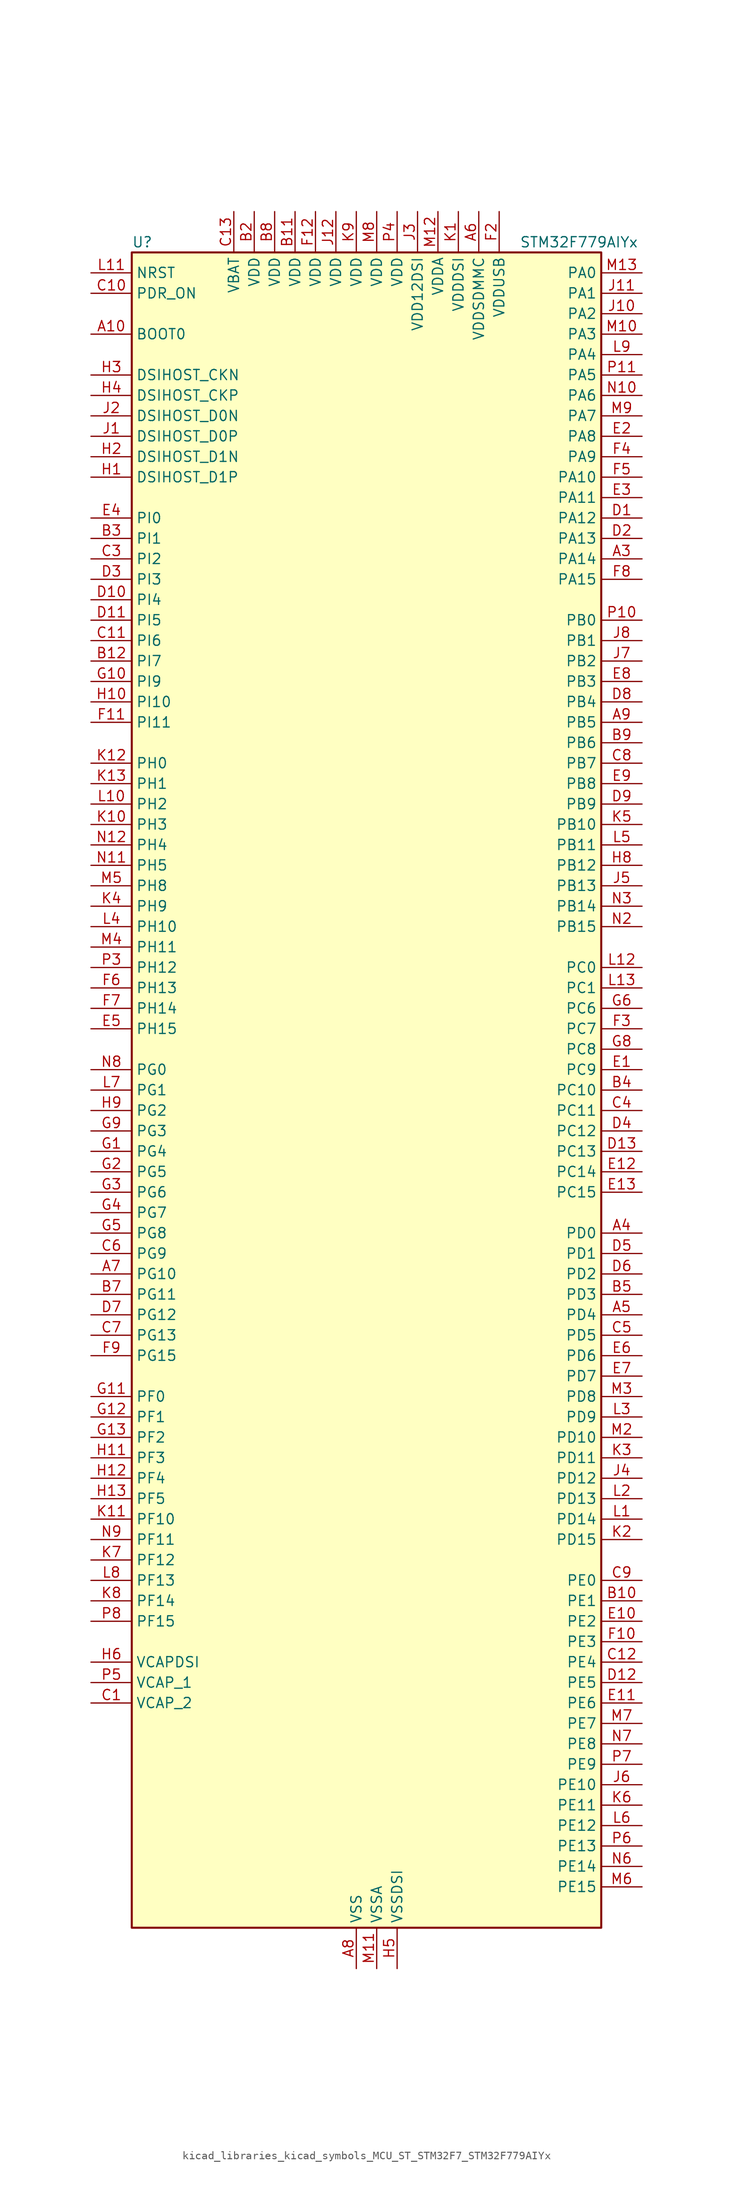
<source format=kicad_sym>
(kicad_symbol_lib
  (version 20220914)
  (generator kicad_symbol_editor)
  (symbol "kicad_libraries_kicad_symbols_MCU_ST_STM32F7_STM32F779AIYx"
    (property "Reference" "U"
      (at -27.94 105.41 0)
      (effects (font (size 1.27 1.27)) (justify left)))
    (property "Value" "STM32F779AIYx"
      (at 20.32 105.41 0)
      (effects (font (size 1.27 1.27)) (justify left)))
    (property "ki_locked" ""
      (at 0 0 0)
      (effects (font (size 1.27 1.27))))
    (symbol "kicad_libraries_kicad_symbols_MCU_ST_STM32F7_STM32F779AIYx_0_1"
      (rectangle (start -27.94 -104.14) (end 30.48 104.14) (stroke (width 0.254) (type default)) (fill (type background))))
    (symbol "kicad_libraries_kicad_symbols_MCU_ST_STM32F7_STM32F779AIYx_1_1"
      (pin no_connect line (at -27.94 -104.14 0) (length 5.08) hide (name "NC" (effects (font (size 1.27 1.27)))) (number "A1" (effects (font (size 1.27 1.27)))))
      (pin input line (at -33.02 93.98 0) (length 5.08) (name "BOOT0" (effects (font (size 1.27 1.27)))) (number "A10" (effects (font (size 1.27 1.27)))))
      (pin passive line (at 0 -109.22 90) (length 5.08) hide (name "VSS" (effects (font (size 1.27 1.27)))) (number "A11" (effects (font (size 1.27 1.27)))))
      (pin no_connect line (at -27.94 -99.06 0) (length 5.08) hide (name "NC" (effects (font (size 1.27 1.27)))) (number "A12" (effects (font (size 1.27 1.27)))))
      (pin no_connect line (at -27.94 -96.52 0) (length 5.08) hide (name "NC" (effects (font (size 1.27 1.27)))) (number "A13" (effects (font (size 1.27 1.27)))))
      (pin no_connect line (at -27.94 -101.6 0) (length 5.08) hide (name "NC" (effects (font (size 1.27 1.27)))) (number "A2" (effects (font (size 1.27 1.27)))))
      (pin bidirectional line (at 35.56 66.04 180) (length 5.08) (name "PA14" (effects (font (size 1.27 1.27)))) (number "A3" (effects (font (size 1.27 1.27)))) (alternate "SYS_JTCK-SWCLK" bidirectional line))
      (pin bidirectional line (at 35.56 -17.78 180) (length 5.08) (name "PD0" (effects (font (size 1.27 1.27)))) (number "A4" (effects (font (size 1.27 1.27)))) (alternate "CAN1_RX" bidirectional line) (alternate "DFSDM1_CKIN6" bidirectional line) (alternate "DFSDM1_DATIN7" bidirectional line) (alternate "FMC_D2" bidirectional line) (alternate "FMC_DA2" bidirectional line) (alternate "UART4_RX" bidirectional line))
      (pin bidirectional line (at 35.56 -27.94 180) (length 5.08) (name "PD4" (effects (font (size 1.27 1.27)))) (number "A5" (effects (font (size 1.27 1.27)))) (alternate "DFSDM1_CKIN0" bidirectional line) (alternate "FMC_NOE" bidirectional line) (alternate "USART2_DE" bidirectional line) (alternate "USART2_RTS" bidirectional line))
      (pin power_in line (at 15.24 109.22 270) (length 5.08) (name "VDDSDMMC" (effects (font (size 1.27 1.27)))) (number "A6" (effects (font (size 1.27 1.27)))))
      (pin bidirectional line (at -33.02 -22.86 0) (length 5.08) (name "PG10" (effects (font (size 1.27 1.27)))) (number "A7" (effects (font (size 1.27 1.27)))) (alternate "DCMI_D2" bidirectional line) (alternate "FMC_NE3" bidirectional line) (alternate "I2S1_WS" bidirectional line) (alternate "LTDC_B2" bidirectional line) (alternate "LTDC_G3" bidirectional line) (alternate "SAI2_SD_B" bidirectional line) (alternate "SDMMC2_D1" bidirectional line) (alternate "SPI1_NSS" bidirectional line))
      (pin power_in line (at 0 -109.22 90) (length 5.08) (name "VSS" (effects (font (size 1.27 1.27)))) (number "A8" (effects (font (size 1.27 1.27)))))
      (pin bidirectional line (at 35.56 45.72 180) (length 5.08) (name "PB5" (effects (font (size 1.27 1.27)))) (number "A9" (effects (font (size 1.27 1.27)))) (alternate "CAN2_RX" bidirectional line) (alternate "DCMI_D10" bidirectional line) (alternate "FMC_SDCKE1" bidirectional line) (alternate "I2C1_SMBA" bidirectional line) (alternate "I2S1_SD" bidirectional line) (alternate "I2S3_SD" bidirectional line) (alternate "LTDC_G7" bidirectional line) (alternate "SPI1_MOSI" bidirectional line) (alternate "SPI3_MOSI" bidirectional line) (alternate "SPI6_MOSI" bidirectional line) (alternate "TIM3_CH2" bidirectional line) (alternate "UART5_RX" bidirectional line) (alternate "USB_OTG_HS_ULPI_D7" bidirectional line))
      (pin no_connect line (at -27.94 -93.98 0) (length 5.08) hide (name "NC" (effects (font (size 1.27 1.27)))) (number "B1" (effects (font (size 1.27 1.27)))))
      (pin bidirectional line (at 35.56 -63.5 180) (length 5.08) (name "PE1" (effects (font (size 1.27 1.27)))) (number "B10" (effects (font (size 1.27 1.27)))) (alternate "DCMI_D3" bidirectional line) (alternate "FMC_NBL1" bidirectional line) (alternate "LPTIM1_IN2" bidirectional line) (alternate "UART8_TX" bidirectional line))
      (pin power_in line (at -7.62 109.22 270) (length 5.08) (name "VDD" (effects (font (size 1.27 1.27)))) (number "B11" (effects (font (size 1.27 1.27)))))
      (pin bidirectional line (at -33.02 53.34 0) (length 5.08) (name "PI7" (effects (font (size 1.27 1.27)))) (number "B12" (effects (font (size 1.27 1.27)))) (alternate "DCMI_D7" bidirectional line) (alternate "FMC_D29" bidirectional line) (alternate "LTDC_B7" bidirectional line) (alternate "SAI2_FS_A" bidirectional line) (alternate "TIM8_CH3" bidirectional line))
      (pin no_connect line (at -27.94 -91.44 0) (length 5.08) hide (name "NC" (effects (font (size 1.27 1.27)))) (number "B13" (effects (font (size 1.27 1.27)))))
      (pin power_in line (at -12.7 109.22 270) (length 5.08) (name "VDD" (effects (font (size 1.27 1.27)))) (number "B2" (effects (font (size 1.27 1.27)))))
      (pin bidirectional line (at -33.02 68.58 0) (length 5.08) (name "PI1" (effects (font (size 1.27 1.27)))) (number "B3" (effects (font (size 1.27 1.27)))) (alternate "DCMI_D8" bidirectional line) (alternate "FMC_D25" bidirectional line) (alternate "I2S2_CK" bidirectional line) (alternate "LTDC_G6" bidirectional line) (alternate "SPI2_SCK" bidirectional line) (alternate "TIM8_BKIN2" bidirectional line))
      (pin bidirectional line (at 35.56 0 180) (length 5.08) (name "PC10" (effects (font (size 1.27 1.27)))) (number "B4" (effects (font (size 1.27 1.27)))) (alternate "DCMI_D8" bidirectional line) (alternate "DFSDM1_CKIN5" bidirectional line) (alternate "I2S3_CK" bidirectional line) (alternate "LTDC_R2" bidirectional line) (alternate "QUADSPI_BK1_IO1" bidirectional line) (alternate "SDMMC1_D2" bidirectional line) (alternate "SPI3_SCK" bidirectional line) (alternate "UART4_TX" bidirectional line) (alternate "USART3_TX" bidirectional line))
      (pin bidirectional line (at 35.56 -25.4 180) (length 5.08) (name "PD3" (effects (font (size 1.27 1.27)))) (number "B5" (effects (font (size 1.27 1.27)))) (alternate "DCMI_D5" bidirectional line) (alternate "DFSDM1_CKOUT" bidirectional line) (alternate "DFSDM1_DATIN0" bidirectional line) (alternate "FMC_CLK" bidirectional line) (alternate "I2S2_CK" bidirectional line) (alternate "LTDC_G7" bidirectional line) (alternate "SPI2_SCK" bidirectional line) (alternate "USART2_CTS" bidirectional line))
      (pin passive line (at 0 -109.22 90) (length 5.08) hide (name "VSS" (effects (font (size 1.27 1.27)))) (number "B6" (effects (font (size 1.27 1.27)))))
      (pin bidirectional line (at -33.02 -25.4 0) (length 5.08) (name "PG11" (effects (font (size 1.27 1.27)))) (number "B7" (effects (font (size 1.27 1.27)))) (alternate "ADC1_EXTI11" bidirectional line) (alternate "ADC2_EXTI11" bidirectional line) (alternate "ADC3_EXTI11" bidirectional line) (alternate "DCMI_D3" bidirectional line) (alternate "I2S1_CK" bidirectional line) (alternate "LTDC_B3" bidirectional line) (alternate "SDMMC2_D2" bidirectional line) (alternate "SPDIFRX_IN0" bidirectional line) (alternate "SPI1_SCK" bidirectional line))
      (pin power_in line (at -10.16 109.22 270) (length 5.08) (name "VDD" (effects (font (size 1.27 1.27)))) (number "B8" (effects (font (size 1.27 1.27)))))
      (pin bidirectional line (at 35.56 43.18 180) (length 5.08) (name "PB6" (effects (font (size 1.27 1.27)))) (number "B9" (effects (font (size 1.27 1.27)))) (alternate "CAN2_TX" bidirectional line) (alternate "CEC" bidirectional line) (alternate "DCMI_D5" bidirectional line) (alternate "DFSDM1_DATIN5" bidirectional line) (alternate "FMC_SDNE1" bidirectional line) (alternate "I2C1_SCL" bidirectional line) (alternate "I2C4_SCL" bidirectional line) (alternate "QUADSPI_BK1_NCS" bidirectional line) (alternate "TIM4_CH1" bidirectional line) (alternate "UART5_TX" bidirectional line) (alternate "USART1_TX" bidirectional line))
      (pin power_out line (at -33.02 -76.2 0) (length 5.08) (name "VCAP_2" (effects (font (size 1.27 1.27)))) (number "C1" (effects (font (size 1.27 1.27)))))
      (pin input line (at -33.02 99.06 0) (length 5.08) (name "PDR_ON" (effects (font (size 1.27 1.27)))) (number "C10" (effects (font (size 1.27 1.27)))))
      (pin bidirectional line (at -33.02 55.88 0) (length 5.08) (name "PI6" (effects (font (size 1.27 1.27)))) (number "C11" (effects (font (size 1.27 1.27)))) (alternate "DCMI_D6" bidirectional line) (alternate "FMC_D28" bidirectional line) (alternate "LTDC_B6" bidirectional line) (alternate "SAI2_SD_A" bidirectional line) (alternate "TIM8_CH2" bidirectional line))
      (pin bidirectional line (at 35.56 -71.12 180) (length 5.08) (name "PE4" (effects (font (size 1.27 1.27)))) (number "C12" (effects (font (size 1.27 1.27)))) (alternate "DCMI_D4" bidirectional line) (alternate "DFSDM1_DATIN3" bidirectional line) (alternate "FMC_A20" bidirectional line) (alternate "LTDC_B0" bidirectional line) (alternate "SAI1_FS_A" bidirectional line) (alternate "SPI4_NSS" bidirectional line) (alternate "SYS_TRACED1" bidirectional line))
      (pin power_in line (at -15.24 109.22 270) (length 5.08) (name "VBAT" (effects (font (size 1.27 1.27)))) (number "C13" (effects (font (size 1.27 1.27)))))
      (pin passive line (at 0 -109.22 90) (length 5.08) hide (name "VSS" (effects (font (size 1.27 1.27)))) (number "C2" (effects (font (size 1.27 1.27)))))
      (pin bidirectional line (at -33.02 66.04 0) (length 5.08) (name "PI2" (effects (font (size 1.27 1.27)))) (number "C3" (effects (font (size 1.27 1.27)))) (alternate "DCMI_D9" bidirectional line) (alternate "FMC_D26" bidirectional line) (alternate "LTDC_G7" bidirectional line) (alternate "SPI2_MISO" bidirectional line) (alternate "TIM8_CH4" bidirectional line))
      (pin bidirectional line (at 35.56 -2.54 180) (length 5.08) (name "PC11" (effects (font (size 1.27 1.27)))) (number "C4" (effects (font (size 1.27 1.27)))) (alternate "ADC1_EXTI11" bidirectional line) (alternate "ADC2_EXTI11" bidirectional line) (alternate "ADC3_EXTI11" bidirectional line) (alternate "DCMI_D4" bidirectional line) (alternate "DFSDM1_DATIN5" bidirectional line) (alternate "QUADSPI_BK2_NCS" bidirectional line) (alternate "SDMMC1_D3" bidirectional line) (alternate "SPI3_MISO" bidirectional line) (alternate "UART4_RX" bidirectional line) (alternate "USART3_RX" bidirectional line))
      (pin bidirectional line (at 35.56 -30.48 180) (length 5.08) (name "PD5" (effects (font (size 1.27 1.27)))) (number "C5" (effects (font (size 1.27 1.27)))) (alternate "FMC_NWE" bidirectional line) (alternate "USART2_TX" bidirectional line))
      (pin bidirectional line (at -33.02 -20.32 0) (length 5.08) (name "PG9" (effects (font (size 1.27 1.27)))) (number "C6" (effects (font (size 1.27 1.27)))) (alternate "DAC_EXTI9" bidirectional line) (alternate "DCMI_VSYNC" bidirectional line) (alternate "FMC_NCE" bidirectional line) (alternate "FMC_NE2" bidirectional line) (alternate "QUADSPI_BK2_IO2" bidirectional line) (alternate "SAI2_FS_B" bidirectional line) (alternate "SDMMC2_D0" bidirectional line) (alternate "SPDIFRX_IN3" bidirectional line) (alternate "SPI1_MISO" bidirectional line) (alternate "USART6_RX" bidirectional line))
      (pin bidirectional line (at -33.02 -30.48 0) (length 5.08) (name "PG13" (effects (font (size 1.27 1.27)))) (number "C7" (effects (font (size 1.27 1.27)))) (alternate "FMC_A24" bidirectional line) (alternate "LPTIM1_OUT" bidirectional line) (alternate "LTDC_R0" bidirectional line) (alternate "SPI6_SCK" bidirectional line) (alternate "SYS_TRACED0" bidirectional line) (alternate "USART6_CTS" bidirectional line))
      (pin bidirectional line (at 35.56 40.64 180) (length 5.08) (name "PB7" (effects (font (size 1.27 1.27)))) (number "C8" (effects (font (size 1.27 1.27)))) (alternate "DCMI_VSYNC" bidirectional line) (alternate "DFSDM1_CKIN5" bidirectional line) (alternate "FMC_NL" bidirectional line) (alternate "I2C1_SDA" bidirectional line) (alternate "I2C4_SDA" bidirectional line) (alternate "TIM4_CH2" bidirectional line) (alternate "USART1_RX" bidirectional line))
      (pin bidirectional line (at 35.56 -60.96 180) (length 5.08) (name "PE0" (effects (font (size 1.27 1.27)))) (number "C9" (effects (font (size 1.27 1.27)))) (alternate "DCMI_D2" bidirectional line) (alternate "FMC_NBL0" bidirectional line) (alternate "LPTIM1_ETR" bidirectional line) (alternate "SAI2_MCLK_A" bidirectional line) (alternate "TIM4_ETR" bidirectional line) (alternate "UART8_RX" bidirectional line))
      (pin bidirectional line (at 35.56 71.12 180) (length 5.08) (name "PA12" (effects (font (size 1.27 1.27)))) (number "D1" (effects (font (size 1.27 1.27)))) (alternate "CAN1_TX" bidirectional line) (alternate "I2S2_CK" bidirectional line) (alternate "LTDC_R5" bidirectional line) (alternate "SAI2_FS_B" bidirectional line) (alternate "SPI2_SCK" bidirectional line) (alternate "TIM1_ETR" bidirectional line) (alternate "UART4_TX" bidirectional line) (alternate "USART1_DE" bidirectional line) (alternate "USART1_RTS" bidirectional line) (alternate "USB_OTG_FS_DP" bidirectional line))
      (pin bidirectional line (at -33.02 60.96 0) (length 5.08) (name "PI4" (effects (font (size 1.27 1.27)))) (number "D10" (effects (font (size 1.27 1.27)))) (alternate "DCMI_D5" bidirectional line) (alternate "FMC_NBL2" bidirectional line) (alternate "LTDC_B4" bidirectional line) (alternate "SAI2_MCLK_A" bidirectional line) (alternate "TIM8_BKIN" bidirectional line))
      (pin bidirectional line (at -33.02 58.42 0) (length 5.08) (name "PI5" (effects (font (size 1.27 1.27)))) (number "D11" (effects (font (size 1.27 1.27)))) (alternate "DCMI_VSYNC" bidirectional line) (alternate "FMC_NBL3" bidirectional line) (alternate "LTDC_B5" bidirectional line) (alternate "SAI2_SCK_A" bidirectional line) (alternate "TIM8_CH1" bidirectional line))
      (pin bidirectional line (at 35.56 -73.66 180) (length 5.08) (name "PE5" (effects (font (size 1.27 1.27)))) (number "D12" (effects (font (size 1.27 1.27)))) (alternate "DCMI_D6" bidirectional line) (alternate "DFSDM1_CKIN3" bidirectional line) (alternate "FMC_A21" bidirectional line) (alternate "LTDC_G0" bidirectional line) (alternate "SAI1_SCK_A" bidirectional line) (alternate "SPI4_MISO" bidirectional line) (alternate "SYS_TRACED2" bidirectional line) (alternate "TIM9_CH1" bidirectional line))
      (pin bidirectional line (at 35.56 -7.62 180) (length 5.08) (name "PC13" (effects (font (size 1.27 1.27)))) (number "D13" (effects (font (size 1.27 1.27)))) (alternate "RTC_OUT" bidirectional line) (alternate "RTC_TAMP1" bidirectional line) (alternate "RTC_TS" bidirectional line) (alternate "SYS_WKUP4" bidirectional line))
      (pin bidirectional line (at 35.56 68.58 180) (length 5.08) (name "PA13" (effects (font (size 1.27 1.27)))) (number "D2" (effects (font (size 1.27 1.27)))) (alternate "SYS_JTMS-SWDIO" bidirectional line))
      (pin bidirectional line (at -33.02 63.5 0) (length 5.08) (name "PI3" (effects (font (size 1.27 1.27)))) (number "D3" (effects (font (size 1.27 1.27)))) (alternate "DCMI_D10" bidirectional line) (alternate "FMC_D27" bidirectional line) (alternate "I2S2_SD" bidirectional line) (alternate "SPI2_MOSI" bidirectional line) (alternate "TIM8_ETR" bidirectional line))
      (pin bidirectional line (at 35.56 -5.08 180) (length 5.08) (name "PC12" (effects (font (size 1.27 1.27)))) (number "D4" (effects (font (size 1.27 1.27)))) (alternate "DCMI_D9" bidirectional line) (alternate "I2S3_SD" bidirectional line) (alternate "SDMMC1_CK" bidirectional line) (alternate "SPI3_MOSI" bidirectional line) (alternate "SYS_TRACED3" bidirectional line) (alternate "UART5_TX" bidirectional line) (alternate "USART3_CK" bidirectional line))
      (pin bidirectional line (at 35.56 -20.32 180) (length 5.08) (name "PD1" (effects (font (size 1.27 1.27)))) (number "D5" (effects (font (size 1.27 1.27)))) (alternate "CAN1_TX" bidirectional line) (alternate "DFSDM1_CKIN7" bidirectional line) (alternate "DFSDM1_DATIN6" bidirectional line) (alternate "FMC_D3" bidirectional line) (alternate "FMC_DA3" bidirectional line) (alternate "UART4_TX" bidirectional line))
      (pin bidirectional line (at 35.56 -22.86 180) (length 5.08) (name "PD2" (effects (font (size 1.27 1.27)))) (number "D6" (effects (font (size 1.27 1.27)))) (alternate "DCMI_D11" bidirectional line) (alternate "SDMMC1_CMD" bidirectional line) (alternate "SYS_TRACED2" bidirectional line) (alternate "TIM3_ETR" bidirectional line) (alternate "UART5_RX" bidirectional line))
      (pin bidirectional line (at -33.02 -27.94 0) (length 5.08) (name "PG12" (effects (font (size 1.27 1.27)))) (number "D7" (effects (font (size 1.27 1.27)))) (alternate "FMC_NE4" bidirectional line) (alternate "LPTIM1_IN1" bidirectional line) (alternate "LTDC_B1" bidirectional line) (alternate "LTDC_B4" bidirectional line) (alternate "SDMMC2_D3" bidirectional line) (alternate "SPDIFRX_IN1" bidirectional line) (alternate "SPI6_MISO" bidirectional line) (alternate "USART6_DE" bidirectional line) (alternate "USART6_RTS" bidirectional line))
      (pin bidirectional line (at 35.56 48.26 180) (length 5.08) (name "PB4" (effects (font (size 1.27 1.27)))) (number "D8" (effects (font (size 1.27 1.27)))) (alternate "CAN3_TX" bidirectional line) (alternate "I2S2_WS" bidirectional line) (alternate "SDMMC2_D3" bidirectional line) (alternate "SPI1_MISO" bidirectional line) (alternate "SPI2_NSS" bidirectional line) (alternate "SPI3_MISO" bidirectional line) (alternate "SPI6_MISO" bidirectional line) (alternate "SYS_JTRST" bidirectional line) (alternate "TIM3_CH1" bidirectional line) (alternate "UART7_TX" bidirectional line))
      (pin bidirectional line (at 35.56 35.56 180) (length 5.08) (name "PB9" (effects (font (size 1.27 1.27)))) (number "D9" (effects (font (size 1.27 1.27)))) (alternate "CAN1_TX" bidirectional line) (alternate "DAC_EXTI9" bidirectional line) (alternate "DCMI_D7" bidirectional line) (alternate "DFSDM1_DATIN7" bidirectional line) (alternate "I2C1_SDA" bidirectional line) (alternate "I2C4_SDA" bidirectional line) (alternate "I2C4_SMBA" bidirectional line) (alternate "I2S2_WS" bidirectional line) (alternate "LTDC_B7" bidirectional line) (alternate "SDMMC1_D5" bidirectional line) (alternate "SDMMC2_D5" bidirectional line) (alternate "SPI2_NSS" bidirectional line) (alternate "TIM11_CH1" bidirectional line) (alternate "TIM4_CH4" bidirectional line) (alternate "UART5_TX" bidirectional line))
      (pin bidirectional line (at 35.56 2.54 180) (length 5.08) (name "PC9" (effects (font (size 1.27 1.27)))) (number "E1" (effects (font (size 1.27 1.27)))) (alternate "DAC_EXTI9" bidirectional line) (alternate "DCMI_D3" bidirectional line) (alternate "I2C3_SDA" bidirectional line) (alternate "I2S_CKIN" bidirectional line) (alternate "LTDC_B2" bidirectional line) (alternate "LTDC_G3" bidirectional line) (alternate "QUADSPI_BK1_IO0" bidirectional line) (alternate "RCC_MCO_2" bidirectional line) (alternate "SDMMC1_D1" bidirectional line) (alternate "TIM3_CH4" bidirectional line) (alternate "TIM8_CH4" bidirectional line) (alternate "UART5_CTS" bidirectional line))
      (pin bidirectional line (at 35.56 -66.04 180) (length 5.08) (name "PE2" (effects (font (size 1.27 1.27)))) (number "E10" (effects (font (size 1.27 1.27)))) (alternate "FMC_A23" bidirectional line) (alternate "QUADSPI_BK1_IO2" bidirectional line) (alternate "SAI1_MCLK_A" bidirectional line) (alternate "SPI4_SCK" bidirectional line) (alternate "SYS_TRACECLK" bidirectional line))
      (pin bidirectional line (at 35.56 -76.2 180) (length 5.08) (name "PE6" (effects (font (size 1.27 1.27)))) (number "E11" (effects (font (size 1.27 1.27)))) (alternate "DCMI_D7" bidirectional line) (alternate "FMC_A22" bidirectional line) (alternate "LTDC_G1" bidirectional line) (alternate "SAI1_SD_A" bidirectional line) (alternate "SAI2_MCLK_B" bidirectional line) (alternate "SPI4_MOSI" bidirectional line) (alternate "SYS_TRACED3" bidirectional line) (alternate "TIM1_BKIN2" bidirectional line) (alternate "TIM9_CH2" bidirectional line))
      (pin bidirectional line (at 35.56 -10.16 180) (length 5.08) (name "PC14" (effects (font (size 1.27 1.27)))) (number "E12" (effects (font (size 1.27 1.27)))) (alternate "RCC_OSC32_IN" bidirectional line))
      (pin bidirectional line (at 35.56 -12.7 180) (length 5.08) (name "PC15" (effects (font (size 1.27 1.27)))) (number "E13" (effects (font (size 1.27 1.27)))) (alternate "RCC_OSC32_OUT" bidirectional line))
      (pin bidirectional line (at 35.56 81.28 180) (length 5.08) (name "PA8" (effects (font (size 1.27 1.27)))) (number "E2" (effects (font (size 1.27 1.27)))) (alternate "CAN3_RX" bidirectional line) (alternate "I2C3_SCL" bidirectional line) (alternate "LTDC_B3" bidirectional line) (alternate "LTDC_R6" bidirectional line) (alternate "RCC_MCO_1" bidirectional line) (alternate "TIM1_CH1" bidirectional line) (alternate "TIM8_BKIN2" bidirectional line) (alternate "UART7_RX" bidirectional line) (alternate "USART1_CK" bidirectional line) (alternate "USB_OTG_FS_SOF" bidirectional line))
      (pin bidirectional line (at 35.56 73.66 180) (length 5.08) (name "PA11" (effects (font (size 1.27 1.27)))) (number "E3" (effects (font (size 1.27 1.27)))) (alternate "ADC1_EXTI11" bidirectional line) (alternate "ADC2_EXTI11" bidirectional line) (alternate "ADC3_EXTI11" bidirectional line) (alternate "CAN1_RX" bidirectional line) (alternate "I2S2_WS" bidirectional line) (alternate "LTDC_R4" bidirectional line) (alternate "SPI2_NSS" bidirectional line) (alternate "TIM1_CH4" bidirectional line) (alternate "UART4_RX" bidirectional line) (alternate "USART1_CTS" bidirectional line) (alternate "USB_OTG_FS_DM" bidirectional line))
      (pin bidirectional line (at -33.02 71.12 0) (length 5.08) (name "PI0" (effects (font (size 1.27 1.27)))) (number "E4" (effects (font (size 1.27 1.27)))) (alternate "DCMI_D13" bidirectional line) (alternate "FMC_D24" bidirectional line) (alternate "I2S2_WS" bidirectional line) (alternate "LTDC_G5" bidirectional line) (alternate "SPI2_NSS" bidirectional line) (alternate "TIM5_CH4" bidirectional line))
      (pin bidirectional line (at -33.02 7.62 0) (length 5.08) (name "PH15" (effects (font (size 1.27 1.27)))) (number "E5" (effects (font (size 1.27 1.27)))) (alternate "DCMI_D11" bidirectional line) (alternate "FMC_D23" bidirectional line) (alternate "LTDC_G4" bidirectional line) (alternate "TIM8_CH3N" bidirectional line))
      (pin bidirectional line (at 35.56 -33.02 180) (length 5.08) (name "PD6" (effects (font (size 1.27 1.27)))) (number "E6" (effects (font (size 1.27 1.27)))) (alternate "DCMI_D10" bidirectional line) (alternate "DFSDM1_CKIN4" bidirectional line) (alternate "DFSDM1_DATIN1" bidirectional line) (alternate "FMC_NWAIT" bidirectional line) (alternate "I2S3_SD" bidirectional line) (alternate "LTDC_B2" bidirectional line) (alternate "SAI1_SD_A" bidirectional line) (alternate "SDMMC2_CK" bidirectional line) (alternate "SPI3_MOSI" bidirectional line) (alternate "USART2_RX" bidirectional line))
      (pin bidirectional line (at 35.56 -35.56 180) (length 5.08) (name "PD7" (effects (font (size 1.27 1.27)))) (number "E7" (effects (font (size 1.27 1.27)))) (alternate "DFSDM1_CKIN1" bidirectional line) (alternate "DFSDM1_DATIN4" bidirectional line) (alternate "FMC_NE1" bidirectional line) (alternate "I2S1_SD" bidirectional line) (alternate "SDMMC2_CMD" bidirectional line) (alternate "SPDIFRX_IN0" bidirectional line) (alternate "SPI1_MOSI" bidirectional line) (alternate "USART2_CK" bidirectional line))
      (pin bidirectional line (at 35.56 50.8 180) (length 5.08) (name "PB3" (effects (font (size 1.27 1.27)))) (number "E8" (effects (font (size 1.27 1.27)))) (alternate "CAN3_RX" bidirectional line) (alternate "I2S1_CK" bidirectional line) (alternate "I2S3_CK" bidirectional line) (alternate "SDMMC2_D2" bidirectional line) (alternate "SPI1_SCK" bidirectional line) (alternate "SPI3_SCK" bidirectional line) (alternate "SPI6_SCK" bidirectional line) (alternate "SYS_JTDO-SWO" bidirectional line) (alternate "TIM2_CH2" bidirectional line) (alternate "UART7_RX" bidirectional line))
      (pin bidirectional line (at 35.56 38.1 180) (length 5.08) (name "PB8" (effects (font (size 1.27 1.27)))) (number "E9" (effects (font (size 1.27 1.27)))) (alternate "CAN1_RX" bidirectional line) (alternate "DCMI_D6" bidirectional line) (alternate "DFSDM1_CKIN7" bidirectional line) (alternate "I2C1_SCL" bidirectional line) (alternate "I2C4_SCL" bidirectional line) (alternate "LTDC_B6" bidirectional line) (alternate "SDMMC1_D4" bidirectional line) (alternate "SDMMC2_D4" bidirectional line) (alternate "TIM10_CH1" bidirectional line) (alternate "TIM4_CH3" bidirectional line) (alternate "UART5_RX" bidirectional line))
      (pin passive line (at 0 -109.22 90) (length 5.08) hide (name "VSS" (effects (font (size 1.27 1.27)))) (number "F1" (effects (font (size 1.27 1.27)))))
      (pin bidirectional line (at 35.56 -68.58 180) (length 5.08) (name "PE3" (effects (font (size 1.27 1.27)))) (number "F10" (effects (font (size 1.27 1.27)))) (alternate "FMC_A19" bidirectional line) (alternate "SAI1_SD_B" bidirectional line) (alternate "SYS_TRACED0" bidirectional line))
      (pin bidirectional line (at -33.02 45.72 0) (length 5.08) (name "PI11" (effects (font (size 1.27 1.27)))) (number "F11" (effects (font (size 1.27 1.27)))) (alternate "ADC1_EXTI11" bidirectional line) (alternate "ADC2_EXTI11" bidirectional line) (alternate "ADC3_EXTI11" bidirectional line) (alternate "LTDC_G6" bidirectional line) (alternate "SYS_WKUP6" bidirectional line) (alternate "USB_OTG_HS_ULPI_DIR" bidirectional line))
      (pin power_in line (at -5.08 109.22 270) (length 5.08) (name "VDD" (effects (font (size 1.27 1.27)))) (number "F12" (effects (font (size 1.27 1.27)))))
      (pin passive line (at 0 -109.22 90) (length 5.08) hide (name "VSS" (effects (font (size 1.27 1.27)))) (number "F13" (effects (font (size 1.27 1.27)))))
      (pin power_in line (at 17.78 109.22 270) (length 5.08) (name "VDDUSB" (effects (font (size 1.27 1.27)))) (number "F2" (effects (font (size 1.27 1.27)))))
      (pin bidirectional line (at 35.56 7.62 180) (length 5.08) (name "PC7" (effects (font (size 1.27 1.27)))) (number "F3" (effects (font (size 1.27 1.27)))) (alternate "DCMI_D1" bidirectional line) (alternate "DFSDM1_DATIN3" bidirectional line) (alternate "FMC_NE1" bidirectional line) (alternate "I2S3_MCK" bidirectional line) (alternate "LTDC_G6" bidirectional line) (alternate "SDMMC1_D7" bidirectional line) (alternate "SDMMC2_D7" bidirectional line) (alternate "TIM3_CH2" bidirectional line) (alternate "TIM8_CH2" bidirectional line) (alternate "USART6_RX" bidirectional line))
      (pin bidirectional line (at 35.56 78.74 180) (length 5.08) (name "PA9" (effects (font (size 1.27 1.27)))) (number "F4" (effects (font (size 1.27 1.27)))) (alternate "DAC_EXTI9" bidirectional line) (alternate "DCMI_D0" bidirectional line) (alternate "I2C3_SMBA" bidirectional line) (alternate "I2S2_CK" bidirectional line) (alternate "LTDC_R5" bidirectional line) (alternate "SPI2_SCK" bidirectional line) (alternate "TIM1_CH2" bidirectional line) (alternate "USART1_TX" bidirectional line) (alternate "USB_OTG_FS_VBUS" bidirectional line))
      (pin bidirectional line (at 35.56 76.2 180) (length 5.08) (name "PA10" (effects (font (size 1.27 1.27)))) (number "F5" (effects (font (size 1.27 1.27)))) (alternate "DCMI_D1" bidirectional line) (alternate "LTDC_B1" bidirectional line) (alternate "LTDC_B4" bidirectional line) (alternate "MDIOS_MDIO" bidirectional line) (alternate "TIM1_CH3" bidirectional line) (alternate "USART1_RX" bidirectional line) (alternate "USB_OTG_FS_ID" bidirectional line))
      (pin bidirectional line (at -33.02 12.7 0) (length 5.08) (name "PH13" (effects (font (size 1.27 1.27)))) (number "F6" (effects (font (size 1.27 1.27)))) (alternate "CAN1_TX" bidirectional line) (alternate "FMC_D21" bidirectional line) (alternate "LTDC_G2" bidirectional line) (alternate "TIM8_CH1N" bidirectional line) (alternate "UART4_TX" bidirectional line))
      (pin bidirectional line (at -33.02 10.16 0) (length 5.08) (name "PH14" (effects (font (size 1.27 1.27)))) (number "F7" (effects (font (size 1.27 1.27)))) (alternate "CAN1_RX" bidirectional line) (alternate "DCMI_D4" bidirectional line) (alternate "FMC_D22" bidirectional line) (alternate "LTDC_G3" bidirectional line) (alternate "TIM8_CH2N" bidirectional line) (alternate "UART4_RX" bidirectional line))
      (pin bidirectional line (at 35.56 63.5 180) (length 5.08) (name "PA15" (effects (font (size 1.27 1.27)))) (number "F8" (effects (font (size 1.27 1.27)))) (alternate "CAN3_TX" bidirectional line) (alternate "CEC" bidirectional line) (alternate "I2S1_WS" bidirectional line) (alternate "I2S3_WS" bidirectional line) (alternate "SPI1_NSS" bidirectional line) (alternate "SPI3_NSS" bidirectional line) (alternate "SPI6_NSS" bidirectional line) (alternate "SYS_JTDI" bidirectional line) (alternate "TIM2_CH1" bidirectional line) (alternate "TIM2_ETR" bidirectional line) (alternate "UART4_DE" bidirectional line) (alternate "UART4_RTS" bidirectional line) (alternate "UART7_TX" bidirectional line))
      (pin bidirectional line (at -33.02 -33.02 0) (length 5.08) (name "PG15" (effects (font (size 1.27 1.27)))) (number "F9" (effects (font (size 1.27 1.27)))) (alternate "DCMI_D13" bidirectional line) (alternate "FMC_SDNCAS" bidirectional line) (alternate "USART6_CTS" bidirectional line))
      (pin bidirectional line (at -33.02 -7.62 0) (length 5.08) (name "PG4" (effects (font (size 1.27 1.27)))) (number "G1" (effects (font (size 1.27 1.27)))) (alternate "FMC_A14" bidirectional line) (alternate "FMC_BA0" bidirectional line))
      (pin bidirectional line (at -33.02 50.8 0) (length 5.08) (name "PI9" (effects (font (size 1.27 1.27)))) (number "G10" (effects (font (size 1.27 1.27)))) (alternate "CAN1_RX" bidirectional line) (alternate "DAC_EXTI9" bidirectional line) (alternate "FMC_D30" bidirectional line) (alternate "LTDC_VSYNC" bidirectional line) (alternate "UART4_RX" bidirectional line))
      (pin bidirectional line (at -33.02 -38.1 0) (length 5.08) (name "PF0" (effects (font (size 1.27 1.27)))) (number "G11" (effects (font (size 1.27 1.27)))) (alternate "FMC_A0" bidirectional line) (alternate "I2C2_SDA" bidirectional line))
      (pin bidirectional line (at -33.02 -40.64 0) (length 5.08) (name "PF1" (effects (font (size 1.27 1.27)))) (number "G12" (effects (font (size 1.27 1.27)))) (alternate "FMC_A1" bidirectional line) (alternate "I2C2_SCL" bidirectional line))
      (pin bidirectional line (at -33.02 -43.18 0) (length 5.08) (name "PF2" (effects (font (size 1.27 1.27)))) (number "G13" (effects (font (size 1.27 1.27)))) (alternate "FMC_A2" bidirectional line) (alternate "I2C2_SMBA" bidirectional line))
      (pin bidirectional line (at -33.02 -10.16 0) (length 5.08) (name "PG5" (effects (font (size 1.27 1.27)))) (number "G2" (effects (font (size 1.27 1.27)))) (alternate "FMC_A15" bidirectional line) (alternate "FMC_BA1" bidirectional line))
      (pin bidirectional line (at -33.02 -12.7 0) (length 5.08) (name "PG6" (effects (font (size 1.27 1.27)))) (number "G3" (effects (font (size 1.27 1.27)))) (alternate "DCMI_D12" bidirectional line) (alternate "FMC_NE3" bidirectional line) (alternate "LTDC_R7" bidirectional line))
      (pin bidirectional line (at -33.02 -15.24 0) (length 5.08) (name "PG7" (effects (font (size 1.27 1.27)))) (number "G4" (effects (font (size 1.27 1.27)))) (alternate "DCMI_D13" bidirectional line) (alternate "FMC_INT" bidirectional line) (alternate "LTDC_CLK" bidirectional line) (alternate "SAI1_MCLK_A" bidirectional line) (alternate "USART6_CK" bidirectional line))
      (pin bidirectional line (at -33.02 -17.78 0) (length 5.08) (name "PG8" (effects (font (size 1.27 1.27)))) (number "G5" (effects (font (size 1.27 1.27)))) (alternate "FMC_SDCLK" bidirectional line) (alternate "LTDC_G7" bidirectional line) (alternate "SPDIFRX_IN2" bidirectional line) (alternate "SPI6_NSS" bidirectional line) (alternate "USART6_DE" bidirectional line) (alternate "USART6_RTS" bidirectional line))
      (pin bidirectional line (at 35.56 10.16 180) (length 5.08) (name "PC6" (effects (font (size 1.27 1.27)))) (number "G6" (effects (font (size 1.27 1.27)))) (alternate "DCMI_D0" bidirectional line) (alternate "DFSDM1_CKIN3" bidirectional line) (alternate "FMC_NWAIT" bidirectional line) (alternate "I2S2_MCK" bidirectional line) (alternate "LTDC_HSYNC" bidirectional line) (alternate "SDMMC1_D6" bidirectional line) (alternate "SDMMC2_D6" bidirectional line) (alternate "TIM3_CH1" bidirectional line) (alternate "TIM8_CH1" bidirectional line) (alternate "USART6_TX" bidirectional line))
      (pin bidirectional line (at 35.56 5.08 180) (length 5.08) (name "PC8" (effects (font (size 1.27 1.27)))) (number "G8" (effects (font (size 1.27 1.27)))) (alternate "DCMI_D2" bidirectional line) (alternate "FMC_NCE" bidirectional line) (alternate "FMC_NE2" bidirectional line) (alternate "SDMMC1_D0" bidirectional line) (alternate "SYS_TRACED1" bidirectional line) (alternate "TIM3_CH3" bidirectional line) (alternate "TIM8_CH3" bidirectional line) (alternate "UART5_DE" bidirectional line) (alternate "UART5_RTS" bidirectional line) (alternate "USART6_CK" bidirectional line))
      (pin bidirectional line (at -33.02 -5.08 0) (length 5.08) (name "PG3" (effects (font (size 1.27 1.27)))) (number "G9" (effects (font (size 1.27 1.27)))) (alternate "FMC_A13" bidirectional line))
      (pin bidirectional line (at -33.02 76.2 0) (length 5.08) (name "DSIHOST_D1P" (effects (font (size 1.27 1.27)))) (number "H1" (effects (font (size 1.27 1.27)))) (alternate "DSIHOST_D1P" bidirectional line))
      (pin bidirectional line (at -33.02 48.26 0) (length 5.08) (name "PI10" (effects (font (size 1.27 1.27)))) (number "H10" (effects (font (size 1.27 1.27)))) (alternate "FMC_D31" bidirectional line) (alternate "LTDC_HSYNC" bidirectional line))
      (pin bidirectional line (at -33.02 -45.72 0) (length 5.08) (name "PF3" (effects (font (size 1.27 1.27)))) (number "H11" (effects (font (size 1.27 1.27)))) (alternate "ADC3_IN9" bidirectional line) (alternate "FMC_A3" bidirectional line))
      (pin bidirectional line (at -33.02 -48.26 0) (length 5.08) (name "PF4" (effects (font (size 1.27 1.27)))) (number "H12" (effects (font (size 1.27 1.27)))) (alternate "ADC3_IN14" bidirectional line) (alternate "FMC_A4" bidirectional line))
      (pin bidirectional line (at -33.02 -50.8 0) (length 5.08) (name "PF5" (effects (font (size 1.27 1.27)))) (number "H13" (effects (font (size 1.27 1.27)))) (alternate "ADC3_IN15" bidirectional line) (alternate "FMC_A5" bidirectional line))
      (pin bidirectional line (at -33.02 78.74 0) (length 5.08) (name "DSIHOST_D1N" (effects (font (size 1.27 1.27)))) (number "H2" (effects (font (size 1.27 1.27)))) (alternate "DSIHOST_D1N" bidirectional line))
      (pin bidirectional line (at -33.02 88.9 0) (length 5.08) (name "DSIHOST_CKN" (effects (font (size 1.27 1.27)))) (number "H3" (effects (font (size 1.27 1.27)))) (alternate "DSIHOST_CKN" bidirectional line))
      (pin bidirectional line (at -33.02 86.36 0) (length 5.08) (name "DSIHOST_CKP" (effects (font (size 1.27 1.27)))) (number "H4" (effects (font (size 1.27 1.27)))) (alternate "DSIHOST_CKP" bidirectional line))
      (pin power_in line (at 5.08 -109.22 90) (length 5.08) (name "VSSDSI" (effects (font (size 1.27 1.27)))) (number "H5" (effects (font (size 1.27 1.27)))))
      (pin power_out line (at -33.02 -71.12 0) (length 5.08) (name "VCAPDSI" (effects (font (size 1.27 1.27)))) (number "H6" (effects (font (size 1.27 1.27)))))
      (pin bidirectional line (at 35.56 27.94 180) (length 5.08) (name "PB12" (effects (font (size 1.27 1.27)))) (number "H8" (effects (font (size 1.27 1.27)))) (alternate "CAN2_RX" bidirectional line) (alternate "DFSDM1_DATIN1" bidirectional line) (alternate "I2C2_SMBA" bidirectional line) (alternate "I2S2_WS" bidirectional line) (alternate "SPI2_NSS" bidirectional line) (alternate "TIM1_BKIN" bidirectional line) (alternate "UART5_RX" bidirectional line) (alternate "USART3_CK" bidirectional line) (alternate "USB_OTG_HS_ID" bidirectional line) (alternate "USB_OTG_HS_ULPI_D5" bidirectional line))
      (pin bidirectional line (at -33.02 -2.54 0) (length 5.08) (name "PG2" (effects (font (size 1.27 1.27)))) (number "H9" (effects (font (size 1.27 1.27)))) (alternate "FMC_A12" bidirectional line))
      (pin bidirectional line (at -33.02 81.28 0) (length 5.08) (name "DSIHOST_D0P" (effects (font (size 1.27 1.27)))) (number "J1" (effects (font (size 1.27 1.27)))) (alternate "DSIHOST_D0P" bidirectional line))
      (pin bidirectional line (at 35.56 96.52 180) (length 5.08) (name "PA2" (effects (font (size 1.27 1.27)))) (number "J10" (effects (font (size 1.27 1.27)))) (alternate "ADC1_IN2" bidirectional line) (alternate "ADC2_IN2" bidirectional line) (alternate "ADC3_IN2" bidirectional line) (alternate "LTDC_R1" bidirectional line) (alternate "MDIOS_MDIO" bidirectional line) (alternate "SAI2_SCK_B" bidirectional line) (alternate "SYS_WKUP2" bidirectional line) (alternate "TIM2_CH3" bidirectional line) (alternate "TIM5_CH3" bidirectional line) (alternate "TIM9_CH1" bidirectional line) (alternate "USART2_TX" bidirectional line))
      (pin bidirectional line (at 35.56 99.06 180) (length 5.08) (name "PA1" (effects (font (size 1.27 1.27)))) (number "J11" (effects (font (size 1.27 1.27)))) (alternate "ADC1_IN1" bidirectional line) (alternate "ADC2_IN1" bidirectional line) (alternate "ADC3_IN1" bidirectional line) (alternate "LTDC_R2" bidirectional line) (alternate "QUADSPI_BK1_IO3" bidirectional line) (alternate "SAI2_MCLK_B" bidirectional line) (alternate "TIM2_CH2" bidirectional line) (alternate "TIM5_CH2" bidirectional line) (alternate "UART4_RX" bidirectional line) (alternate "USART2_DE" bidirectional line) (alternate "USART2_RTS" bidirectional line))
      (pin power_in line (at -2.54 109.22 270) (length 5.08) (name "VDD" (effects (font (size 1.27 1.27)))) (number "J12" (effects (font (size 1.27 1.27)))))
      (pin passive line (at 0 -109.22 90) (length 5.08) hide (name "VSS" (effects (font (size 1.27 1.27)))) (number "J13" (effects (font (size 1.27 1.27)))))
      (pin bidirectional line (at -33.02 83.82 0) (length 5.08) (name "DSIHOST_D0N" (effects (font (size 1.27 1.27)))) (number "J2" (effects (font (size 1.27 1.27)))) (alternate "DSIHOST_D0N" bidirectional line))
      (pin power_in line (at 7.62 109.22 270) (length 5.08) (name "VDD12DSI" (effects (font (size 1.27 1.27)))) (number "J3" (effects (font (size 1.27 1.27)))))
      (pin bidirectional line (at 35.56 -48.26 180) (length 5.08) (name "PD12" (effects (font (size 1.27 1.27)))) (number "J4" (effects (font (size 1.27 1.27)))) (alternate "FMC_A17" bidirectional line) (alternate "FMC_ALE" bidirectional line) (alternate "I2C4_SCL" bidirectional line) (alternate "LPTIM1_IN1" bidirectional line) (alternate "QUADSPI_BK1_IO1" bidirectional line) (alternate "SAI2_FS_A" bidirectional line) (alternate "TIM4_CH1" bidirectional line) (alternate "USART3_DE" bidirectional line) (alternate "USART3_RTS" bidirectional line))
      (pin bidirectional line (at 35.56 25.4 180) (length 5.08) (name "PB13" (effects (font (size 1.27 1.27)))) (number "J5" (effects (font (size 1.27 1.27)))) (alternate "CAN2_TX" bidirectional line) (alternate "DFSDM1_CKIN1" bidirectional line) (alternate "I2S2_CK" bidirectional line) (alternate "SPI2_SCK" bidirectional line) (alternate "TIM1_CH1N" bidirectional line) (alternate "UART5_TX" bidirectional line) (alternate "USART3_CTS" bidirectional line) (alternate "USB_OTG_HS_ULPI_D6" bidirectional line) (alternate "USB_OTG_HS_VBUS" bidirectional line))
      (pin bidirectional line (at 35.56 -86.36 180) (length 5.08) (name "PE10" (effects (font (size 1.27 1.27)))) (number "J6" (effects (font (size 1.27 1.27)))) (alternate "DFSDM1_DATIN4" bidirectional line) (alternate "FMC_D7" bidirectional line) (alternate "FMC_DA7" bidirectional line) (alternate "QUADSPI_BK2_IO3" bidirectional line) (alternate "TIM1_CH2N" bidirectional line) (alternate "UART7_CTS" bidirectional line))
      (pin bidirectional line (at 35.56 53.34 180) (length 5.08) (name "PB2" (effects (font (size 1.27 1.27)))) (number "J7" (effects (font (size 1.27 1.27)))) (alternate "DFSDM1_CKIN1" bidirectional line) (alternate "I2S3_SD" bidirectional line) (alternate "QUADSPI_CLK" bidirectional line) (alternate "SAI1_SD_A" bidirectional line) (alternate "SPI3_MOSI" bidirectional line))
      (pin bidirectional line (at 35.56 55.88 180) (length 5.08) (name "PB1" (effects (font (size 1.27 1.27)))) (number "J8" (effects (font (size 1.27 1.27)))) (alternate "ADC1_IN9" bidirectional line) (alternate "ADC2_IN9" bidirectional line) (alternate "DFSDM1_DATIN1" bidirectional line) (alternate "LTDC_G0" bidirectional line) (alternate "LTDC_R6" bidirectional line) (alternate "TIM1_CH3N" bidirectional line) (alternate "TIM3_CH4" bidirectional line) (alternate "TIM8_CH3N" bidirectional line) (alternate "USB_OTG_HS_ULPI_D2" bidirectional line))
      (pin passive line (at 0 -109.22 90) (length 5.08) hide (name "VSS" (effects (font (size 1.27 1.27)))) (number "J9" (effects (font (size 1.27 1.27)))))
      (pin power_in line (at 12.7 109.22 270) (length 5.08) (name "VDDDSI" (effects (font (size 1.27 1.27)))) (number "K1" (effects (font (size 1.27 1.27)))))
      (pin bidirectional line (at -33.02 33.02 0) (length 5.08) (name "PH3" (effects (font (size 1.27 1.27)))) (number "K10" (effects (font (size 1.27 1.27)))) (alternate "FMC_SDNE0" bidirectional line) (alternate "LTDC_R1" bidirectional line) (alternate "QUADSPI_BK2_IO1" bidirectional line) (alternate "SAI2_MCLK_B" bidirectional line))
      (pin bidirectional line (at -33.02 -53.34 0) (length 5.08) (name "PF10" (effects (font (size 1.27 1.27)))) (number "K11" (effects (font (size 1.27 1.27)))) (alternate "ADC3_IN8" bidirectional line) (alternate "DCMI_D11" bidirectional line) (alternate "LTDC_DE" bidirectional line) (alternate "QUADSPI_CLK" bidirectional line))
      (pin bidirectional line (at -33.02 40.64 0) (length 5.08) (name "PH0" (effects (font (size 1.27 1.27)))) (number "K12" (effects (font (size 1.27 1.27)))) (alternate "RCC_OSC_IN" bidirectional line))
      (pin bidirectional line (at -33.02 38.1 0) (length 5.08) (name "PH1" (effects (font (size 1.27 1.27)))) (number "K13" (effects (font (size 1.27 1.27)))) (alternate "RCC_OSC_OUT" bidirectional line))
      (pin bidirectional line (at 35.56 -55.88 180) (length 5.08) (name "PD15" (effects (font (size 1.27 1.27)))) (number "K2" (effects (font (size 1.27 1.27)))) (alternate "FMC_D1" bidirectional line) (alternate "FMC_DA1" bidirectional line) (alternate "TIM4_CH4" bidirectional line) (alternate "UART8_DE" bidirectional line) (alternate "UART8_RTS" bidirectional line))
      (pin bidirectional line (at 35.56 -45.72 180) (length 5.08) (name "PD11" (effects (font (size 1.27 1.27)))) (number "K3" (effects (font (size 1.27 1.27)))) (alternate "ADC1_EXTI11" bidirectional line) (alternate "ADC2_EXTI11" bidirectional line) (alternate "ADC3_EXTI11" bidirectional line) (alternate "FMC_A16" bidirectional line) (alternate "FMC_CLE" bidirectional line) (alternate "I2C4_SMBA" bidirectional line) (alternate "QUADSPI_BK1_IO0" bidirectional line) (alternate "SAI2_SD_A" bidirectional line) (alternate "USART3_CTS" bidirectional line))
      (pin bidirectional line (at -33.02 22.86 0) (length 5.08) (name "PH9" (effects (font (size 1.27 1.27)))) (number "K4" (effects (font (size 1.27 1.27)))) (alternate "DAC_EXTI9" bidirectional line) (alternate "DCMI_D0" bidirectional line) (alternate "FMC_D17" bidirectional line) (alternate "I2C3_SMBA" bidirectional line) (alternate "LTDC_R3" bidirectional line) (alternate "TIM12_CH2" bidirectional line))
      (pin bidirectional line (at 35.56 33.02 180) (length 5.08) (name "PB10" (effects (font (size 1.27 1.27)))) (number "K5" (effects (font (size 1.27 1.27)))) (alternate "DFSDM1_DATIN7" bidirectional line) (alternate "I2C2_SCL" bidirectional line) (alternate "I2S2_CK" bidirectional line) (alternate "LTDC_G4" bidirectional line) (alternate "QUADSPI_BK1_NCS" bidirectional line) (alternate "SPI2_SCK" bidirectional line) (alternate "TIM2_CH3" bidirectional line) (alternate "USART3_TX" bidirectional line) (alternate "USB_OTG_HS_ULPI_D3" bidirectional line))
      (pin bidirectional line (at 35.56 -88.9 180) (length 5.08) (name "PE11" (effects (font (size 1.27 1.27)))) (number "K6" (effects (font (size 1.27 1.27)))) (alternate "ADC1_EXTI11" bidirectional line) (alternate "ADC2_EXTI11" bidirectional line) (alternate "ADC3_EXTI11" bidirectional line) (alternate "DFSDM1_CKIN4" bidirectional line) (alternate "FMC_D8" bidirectional line) (alternate "FMC_DA8" bidirectional line) (alternate "LTDC_G3" bidirectional line) (alternate "SAI2_SD_B" bidirectional line) (alternate "SPI4_NSS" bidirectional line) (alternate "TIM1_CH2" bidirectional line))
      (pin bidirectional line (at -33.02 -58.42 0) (length 5.08) (name "PF12" (effects (font (size 1.27 1.27)))) (number "K7" (effects (font (size 1.27 1.27)))) (alternate "FMC_A6" bidirectional line))
      (pin bidirectional line (at -33.02 -63.5 0) (length 5.08) (name "PF14" (effects (font (size 1.27 1.27)))) (number "K8" (effects (font (size 1.27 1.27)))) (alternate "DFSDM1_CKIN6" bidirectional line) (alternate "FMC_A8" bidirectional line) (alternate "I2C4_SCL" bidirectional line))
      (pin power_in line (at 0 109.22 270) (length 5.08) (name "VDD" (effects (font (size 1.27 1.27)))) (number "K9" (effects (font (size 1.27 1.27)))))
      (pin bidirectional line (at 35.56 -53.34 180) (length 5.08) (name "PD14" (effects (font (size 1.27 1.27)))) (number "L1" (effects (font (size 1.27 1.27)))) (alternate "FMC_D0" bidirectional line) (alternate "FMC_DA0" bidirectional line) (alternate "TIM4_CH3" bidirectional line) (alternate "UART8_CTS" bidirectional line))
      (pin bidirectional line (at -33.02 35.56 0) (length 5.08) (name "PH2" (effects (font (size 1.27 1.27)))) (number "L10" (effects (font (size 1.27 1.27)))) (alternate "FMC_SDCKE0" bidirectional line) (alternate "LPTIM1_IN2" bidirectional line) (alternate "LTDC_R0" bidirectional line) (alternate "QUADSPI_BK2_IO0" bidirectional line) (alternate "SAI2_SCK_B" bidirectional line))
      (pin input line (at -33.02 101.6 0) (length 5.08) (name "NRST" (effects (font (size 1.27 1.27)))) (number "L11" (effects (font (size 1.27 1.27)))))
      (pin bidirectional line (at 35.56 15.24 180) (length 5.08) (name "PC0" (effects (font (size 1.27 1.27)))) (number "L12" (effects (font (size 1.27 1.27)))) (alternate "ADC1_IN10" bidirectional line) (alternate "ADC2_IN10" bidirectional line) (alternate "ADC3_IN10" bidirectional line) (alternate "DFSDM1_CKIN0" bidirectional line) (alternate "DFSDM1_DATIN4" bidirectional line) (alternate "FMC_SDNWE" bidirectional line) (alternate "LTDC_R5" bidirectional line) (alternate "SAI2_FS_B" bidirectional line) (alternate "USB_OTG_HS_ULPI_STP" bidirectional line))
      (pin bidirectional line (at 35.56 12.7 180) (length 5.08) (name "PC1" (effects (font (size 1.27 1.27)))) (number "L13" (effects (font (size 1.27 1.27)))) (alternate "ADC1_IN11" bidirectional line) (alternate "ADC2_IN11" bidirectional line) (alternate "ADC3_IN11" bidirectional line) (alternate "DFSDM1_CKIN4" bidirectional line) (alternate "DFSDM1_DATIN0" bidirectional line) (alternate "I2S2_SD" bidirectional line) (alternate "MDIOS_MDC" bidirectional line) (alternate "RTC_TAMP3" bidirectional line) (alternate "RTC_TS" bidirectional line) (alternate "SAI1_SD_A" bidirectional line) (alternate "SPI2_MOSI" bidirectional line) (alternate "SYS_TRACED0" bidirectional line) (alternate "SYS_WKUP3" bidirectional line))
      (pin bidirectional line (at 35.56 -50.8 180) (length 5.08) (name "PD13" (effects (font (size 1.27 1.27)))) (number "L2" (effects (font (size 1.27 1.27)))) (alternate "FMC_A18" bidirectional line) (alternate "I2C4_SDA" bidirectional line) (alternate "LPTIM1_OUT" bidirectional line) (alternate "QUADSPI_BK1_IO3" bidirectional line) (alternate "SAI2_SCK_A" bidirectional line) (alternate "TIM4_CH2" bidirectional line))
      (pin bidirectional line (at 35.56 -40.64 180) (length 5.08) (name "PD9" (effects (font (size 1.27 1.27)))) (number "L3" (effects (font (size 1.27 1.27)))) (alternate "DAC_EXTI9" bidirectional line) (alternate "DFSDM1_DATIN3" bidirectional line) (alternate "FMC_D14" bidirectional line) (alternate "FMC_DA14" bidirectional line) (alternate "USART3_RX" bidirectional line))
      (pin bidirectional line (at -33.02 20.32 0) (length 5.08) (name "PH10" (effects (font (size 1.27 1.27)))) (number "L4" (effects (font (size 1.27 1.27)))) (alternate "DCMI_D1" bidirectional line) (alternate "FMC_D18" bidirectional line) (alternate "I2C4_SMBA" bidirectional line) (alternate "LTDC_R4" bidirectional line) (alternate "TIM5_CH1" bidirectional line))
      (pin bidirectional line (at 35.56 30.48 180) (length 5.08) (name "PB11" (effects (font (size 1.27 1.27)))) (number "L5" (effects (font (size 1.27 1.27)))) (alternate "ADC1_EXTI11" bidirectional line) (alternate "ADC2_EXTI11" bidirectional line) (alternate "ADC3_EXTI11" bidirectional line) (alternate "DFSDM1_CKIN7" bidirectional line) (alternate "DSIHOST_TE" bidirectional line) (alternate "I2C2_SDA" bidirectional line) (alternate "LTDC_G5" bidirectional line) (alternate "TIM2_CH4" bidirectional line) (alternate "USART3_RX" bidirectional line) (alternate "USB_OTG_HS_ULPI_D4" bidirectional line))
      (pin bidirectional line (at 35.56 -91.44 180) (length 5.08) (name "PE12" (effects (font (size 1.27 1.27)))) (number "L6" (effects (font (size 1.27 1.27)))) (alternate "DFSDM1_DATIN5" bidirectional line) (alternate "FMC_D9" bidirectional line) (alternate "FMC_DA9" bidirectional line) (alternate "LTDC_B4" bidirectional line) (alternate "SAI2_SCK_B" bidirectional line) (alternate "SPI4_SCK" bidirectional line) (alternate "TIM1_CH3N" bidirectional line))
      (pin bidirectional line (at -33.02 0 0) (length 5.08) (name "PG1" (effects (font (size 1.27 1.27)))) (number "L7" (effects (font (size 1.27 1.27)))) (alternate "FMC_A11" bidirectional line))
      (pin bidirectional line (at -33.02 -60.96 0) (length 5.08) (name "PF13" (effects (font (size 1.27 1.27)))) (number "L8" (effects (font (size 1.27 1.27)))) (alternate "DFSDM1_DATIN6" bidirectional line) (alternate "FMC_A7" bidirectional line) (alternate "I2C4_SMBA" bidirectional line))
      (pin bidirectional line (at 35.56 91.44 180) (length 5.08) (name "PA4" (effects (font (size 1.27 1.27)))) (number "L9" (effects (font (size 1.27 1.27)))) (alternate "ADC1_IN4" bidirectional line) (alternate "ADC2_IN4" bidirectional line) (alternate "DAC_OUT1" bidirectional line) (alternate "DCMI_HSYNC" bidirectional line) (alternate "I2S1_WS" bidirectional line) (alternate "I2S3_WS" bidirectional line) (alternate "LTDC_VSYNC" bidirectional line) (alternate "SPI1_NSS" bidirectional line) (alternate "SPI3_NSS" bidirectional line) (alternate "SPI6_NSS" bidirectional line) (alternate "USART2_CK" bidirectional line) (alternate "USB_OTG_HS_SOF" bidirectional line))
      (pin passive line (at 0 -109.22 90) (length 5.08) hide (name "VSS" (effects (font (size 1.27 1.27)))) (number "M1" (effects (font (size 1.27 1.27)))))
      (pin bidirectional line (at 35.56 93.98 180) (length 5.08) (name "PA3" (effects (font (size 1.27 1.27)))) (number "M10" (effects (font (size 1.27 1.27)))) (alternate "ADC1_IN3" bidirectional line) (alternate "ADC2_IN3" bidirectional line) (alternate "ADC3_IN3" bidirectional line) (alternate "LTDC_B2" bidirectional line) (alternate "LTDC_B5" bidirectional line) (alternate "TIM2_CH4" bidirectional line) (alternate "TIM5_CH4" bidirectional line) (alternate "TIM9_CH2" bidirectional line) (alternate "USART2_RX" bidirectional line) (alternate "USB_OTG_HS_ULPI_D0" bidirectional line))
      (pin power_in line (at 2.54 -109.22 90) (length 5.08) (name "VSSA" (effects (font (size 1.27 1.27)))) (number "M11" (effects (font (size 1.27 1.27)))))
      (pin power_in line (at 10.16 109.22 270) (length 5.08) (name "VDDA" (effects (font (size 1.27 1.27)))) (number "M12" (effects (font (size 1.27 1.27)))))
      (pin bidirectional line (at 35.56 101.6 180) (length 5.08) (name "PA0" (effects (font (size 1.27 1.27)))) (number "M13" (effects (font (size 1.27 1.27)))) (alternate "ADC1_IN0" bidirectional line) (alternate "ADC2_IN0" bidirectional line) (alternate "ADC3_IN0" bidirectional line) (alternate "SAI2_SD_B" bidirectional line) (alternate "SYS_WKUP1" bidirectional line) (alternate "TIM2_CH1" bidirectional line) (alternate "TIM2_ETR" bidirectional line) (alternate "TIM5_CH1" bidirectional line) (alternate "TIM8_ETR" bidirectional line) (alternate "UART4_TX" bidirectional line) (alternate "USART2_CTS" bidirectional line))
      (pin bidirectional line (at 35.56 -43.18 180) (length 5.08) (name "PD10" (effects (font (size 1.27 1.27)))) (number "M2" (effects (font (size 1.27 1.27)))) (alternate "DFSDM1_CKOUT" bidirectional line) (alternate "FMC_D15" bidirectional line) (alternate "FMC_DA15" bidirectional line) (alternate "LTDC_B3" bidirectional line) (alternate "USART3_CK" bidirectional line))
      (pin bidirectional line (at 35.56 -38.1 180) (length 5.08) (name "PD8" (effects (font (size 1.27 1.27)))) (number "M3" (effects (font (size 1.27 1.27)))) (alternate "DFSDM1_CKIN3" bidirectional line) (alternate "FMC_D13" bidirectional line) (alternate "FMC_DA13" bidirectional line) (alternate "SPDIFRX_IN1" bidirectional line) (alternate "USART3_TX" bidirectional line))
      (pin bidirectional line (at -33.02 17.78 0) (length 5.08) (name "PH11" (effects (font (size 1.27 1.27)))) (number "M4" (effects (font (size 1.27 1.27)))) (alternate "ADC1_EXTI11" bidirectional line) (alternate "ADC2_EXTI11" bidirectional line) (alternate "ADC3_EXTI11" bidirectional line) (alternate "DCMI_D2" bidirectional line) (alternate "FMC_D19" bidirectional line) (alternate "I2C4_SCL" bidirectional line) (alternate "LTDC_R5" bidirectional line) (alternate "TIM5_CH2" bidirectional line))
      (pin bidirectional line (at -33.02 25.4 0) (length 5.08) (name "PH8" (effects (font (size 1.27 1.27)))) (number "M5" (effects (font (size 1.27 1.27)))) (alternate "DCMI_HSYNC" bidirectional line) (alternate "FMC_D16" bidirectional line) (alternate "I2C3_SDA" bidirectional line) (alternate "LTDC_R2" bidirectional line))
      (pin bidirectional line (at 35.56 -99.06 180) (length 5.08) (name "PE15" (effects (font (size 1.27 1.27)))) (number "M6" (effects (font (size 1.27 1.27)))) (alternate "FMC_D12" bidirectional line) (alternate "FMC_DA12" bidirectional line) (alternate "LTDC_R7" bidirectional line) (alternate "TIM1_BKIN" bidirectional line))
      (pin bidirectional line (at 35.56 -78.74 180) (length 5.08) (name "PE7" (effects (font (size 1.27 1.27)))) (number "M7" (effects (font (size 1.27 1.27)))) (alternate "DFSDM1_DATIN2" bidirectional line) (alternate "FMC_D4" bidirectional line) (alternate "FMC_DA4" bidirectional line) (alternate "QUADSPI_BK2_IO0" bidirectional line) (alternate "TIM1_ETR" bidirectional line) (alternate "UART7_RX" bidirectional line))
      (pin power_in line (at 2.54 109.22 270) (length 5.08) (name "VDD" (effects (font (size 1.27 1.27)))) (number "M8" (effects (font (size 1.27 1.27)))))
      (pin bidirectional line (at 35.56 83.82 180) (length 5.08) (name "PA7" (effects (font (size 1.27 1.27)))) (number "M9" (effects (font (size 1.27 1.27)))) (alternate "ADC1_IN7" bidirectional line) (alternate "ADC2_IN7" bidirectional line) (alternate "FMC_SDNWE" bidirectional line) (alternate "I2S1_SD" bidirectional line) (alternate "SPI1_MOSI" bidirectional line) (alternate "SPI6_MOSI" bidirectional line) (alternate "TIM14_CH1" bidirectional line) (alternate "TIM1_CH1N" bidirectional line) (alternate "TIM3_CH2" bidirectional line) (alternate "TIM8_CH1N" bidirectional line))
      (pin no_connect line (at -27.94 -88.9 0) (length 5.08) hide (name "NC" (effects (font (size 1.27 1.27)))) (number "N1" (effects (font (size 1.27 1.27)))))
      (pin bidirectional line (at 35.56 86.36 180) (length 5.08) (name "PA6" (effects (font (size 1.27 1.27)))) (number "N10" (effects (font (size 1.27 1.27)))) (alternate "ADC1_IN6" bidirectional line) (alternate "ADC2_IN6" bidirectional line) (alternate "DCMI_PIXCLK" bidirectional line) (alternate "LTDC_G2" bidirectional line) (alternate "MDIOS_MDC" bidirectional line) (alternate "SPI1_MISO" bidirectional line) (alternate "SPI6_MISO" bidirectional line) (alternate "TIM13_CH1" bidirectional line) (alternate "TIM1_BKIN" bidirectional line) (alternate "TIM3_CH1" bidirectional line) (alternate "TIM8_BKIN" bidirectional line))
      (pin bidirectional line (at -33.02 27.94 0) (length 5.08) (name "PH5" (effects (font (size 1.27 1.27)))) (number "N11" (effects (font (size 1.27 1.27)))) (alternate "FMC_SDNWE" bidirectional line) (alternate "I2C2_SDA" bidirectional line))
      (pin bidirectional line (at -33.02 30.48 0) (length 5.08) (name "PH4" (effects (font (size 1.27 1.27)))) (number "N12" (effects (font (size 1.27 1.27)))) (alternate "I2C2_SCL" bidirectional line) (alternate "LTDC_G4" bidirectional line) (alternate "LTDC_G5" bidirectional line) (alternate "USB_OTG_HS_ULPI_NXT" bidirectional line))
      (pin no_connect line (at -27.94 -86.36 0) (length 5.08) hide (name "NC" (effects (font (size 1.27 1.27)))) (number "N13" (effects (font (size 1.27 1.27)))))
      (pin bidirectional line (at 35.56 20.32 180) (length 5.08) (name "PB15" (effects (font (size 1.27 1.27)))) (number "N2" (effects (font (size 1.27 1.27)))) (alternate "DFSDM1_CKIN2" bidirectional line) (alternate "I2S2_SD" bidirectional line) (alternate "RTC_REFIN" bidirectional line) (alternate "SDMMC2_D1" bidirectional line) (alternate "SPI2_MOSI" bidirectional line) (alternate "TIM12_CH2" bidirectional line) (alternate "TIM1_CH3N" bidirectional line) (alternate "TIM8_CH3N" bidirectional line) (alternate "UART4_CTS" bidirectional line) (alternate "USART1_RX" bidirectional line) (alternate "USB_OTG_HS_DP" bidirectional line))
      (pin bidirectional line (at 35.56 22.86 180) (length 5.08) (name "PB14" (effects (font (size 1.27 1.27)))) (number "N3" (effects (font (size 1.27 1.27)))) (alternate "DFSDM1_DATIN2" bidirectional line) (alternate "SDMMC2_D0" bidirectional line) (alternate "SPI2_MISO" bidirectional line) (alternate "TIM12_CH1" bidirectional line) (alternate "TIM1_CH2N" bidirectional line) (alternate "TIM8_CH2N" bidirectional line) (alternate "UART4_DE" bidirectional line) (alternate "UART4_RTS" bidirectional line) (alternate "USART1_TX" bidirectional line) (alternate "USART3_DE" bidirectional line) (alternate "USART3_RTS" bidirectional line) (alternate "USB_OTG_HS_DM" bidirectional line))
      (pin passive line (at 0 -109.22 90) (length 5.08) hide (name "VSS" (effects (font (size 1.27 1.27)))) (number "N4" (effects (font (size 1.27 1.27)))))
      (pin passive line (at 0 -109.22 90) (length 5.08) hide (name "VSS" (effects (font (size 1.27 1.27)))) (number "N5" (effects (font (size 1.27 1.27)))))
      (pin bidirectional line (at 35.56 -96.52 180) (length 5.08) (name "PE14" (effects (font (size 1.27 1.27)))) (number "N6" (effects (font (size 1.27 1.27)))) (alternate "FMC_D11" bidirectional line) (alternate "FMC_DA11" bidirectional line) (alternate "LTDC_CLK" bidirectional line) (alternate "SAI2_MCLK_B" bidirectional line) (alternate "SPI4_MOSI" bidirectional line) (alternate "TIM1_CH4" bidirectional line))
      (pin bidirectional line (at 35.56 -81.28 180) (length 5.08) (name "PE8" (effects (font (size 1.27 1.27)))) (number "N7" (effects (font (size 1.27 1.27)))) (alternate "DFSDM1_CKIN2" bidirectional line) (alternate "FMC_D5" bidirectional line) (alternate "FMC_DA5" bidirectional line) (alternate "QUADSPI_BK2_IO1" bidirectional line) (alternate "TIM1_CH1N" bidirectional line) (alternate "UART7_TX" bidirectional line))
      (pin bidirectional line (at -33.02 2.54 0) (length 5.08) (name "PG0" (effects (font (size 1.27 1.27)))) (number "N8" (effects (font (size 1.27 1.27)))) (alternate "FMC_A10" bidirectional line))
      (pin bidirectional line (at -33.02 -55.88 0) (length 5.08) (name "PF11" (effects (font (size 1.27 1.27)))) (number "N9" (effects (font (size 1.27 1.27)))) (alternate "ADC1_EXTI11" bidirectional line) (alternate "ADC2_EXTI11" bidirectional line) (alternate "ADC3_EXTI11" bidirectional line) (alternate "DCMI_D12" bidirectional line) (alternate "FMC_SDNRAS" bidirectional line) (alternate "SAI2_SD_B" bidirectional line))
      (pin no_connect line (at -27.94 -83.82 0) (length 5.08) hide (name "NC" (effects (font (size 1.27 1.27)))) (number "P1" (effects (font (size 1.27 1.27)))))
      (pin bidirectional line (at 35.56 58.42 180) (length 5.08) (name "PB0" (effects (font (size 1.27 1.27)))) (number "P10" (effects (font (size 1.27 1.27)))) (alternate "ADC1_IN8" bidirectional line) (alternate "ADC2_IN8" bidirectional line) (alternate "DFSDM1_CKOUT" bidirectional line) (alternate "LTDC_G1" bidirectional line) (alternate "LTDC_R3" bidirectional line) (alternate "TIM1_CH2N" bidirectional line) (alternate "TIM3_CH3" bidirectional line) (alternate "TIM8_CH2N" bidirectional line) (alternate "UART4_CTS" bidirectional line) (alternate "USB_OTG_HS_ULPI_D1" bidirectional line))
      (pin bidirectional line (at 35.56 88.9 180) (length 5.08) (name "PA5" (effects (font (size 1.27 1.27)))) (number "P11" (effects (font (size 1.27 1.27)))) (alternate "ADC1_IN5" bidirectional line) (alternate "ADC2_IN5" bidirectional line) (alternate "DAC_OUT2" bidirectional line) (alternate "I2S1_CK" bidirectional line) (alternate "LTDC_R4" bidirectional line) (alternate "SPI1_SCK" bidirectional line) (alternate "SPI6_SCK" bidirectional line) (alternate "TIM2_CH1" bidirectional line) (alternate "TIM2_ETR" bidirectional line) (alternate "TIM8_CH1N" bidirectional line) (alternate "USB_OTG_HS_ULPI_CK" bidirectional line))
      (pin no_connect line (at -27.94 -78.74 0) (length 5.08) hide (name "NC" (effects (font (size 1.27 1.27)))) (number "P12" (effects (font (size 1.27 1.27)))))
      (pin no_connect line (at -27.94 -76.2 0) (length 5.08) hide (name "NC" (effects (font (size 1.27 1.27)))) (number "P13" (effects (font (size 1.27 1.27)))))
      (pin no_connect line (at -27.94 -81.28 0) (length 5.08) hide (name "NC" (effects (font (size 1.27 1.27)))) (number "P2" (effects (font (size 1.27 1.27)))))
      (pin bidirectional line (at -33.02 15.24 0) (length 5.08) (name "PH12" (effects (font (size 1.27 1.27)))) (number "P3" (effects (font (size 1.27 1.27)))) (alternate "DCMI_D3" bidirectional line) (alternate "FMC_D20" bidirectional line) (alternate "I2C4_SDA" bidirectional line) (alternate "LTDC_R6" bidirectional line) (alternate "TIM5_CH3" bidirectional line))
      (pin power_in line (at 5.08 109.22 270) (length 5.08) (name "VDD" (effects (font (size 1.27 1.27)))) (number "P4" (effects (font (size 1.27 1.27)))))
      (pin power_out line (at -33.02 -73.66 0) (length 5.08) (name "VCAP_1" (effects (font (size 1.27 1.27)))) (number "P5" (effects (font (size 1.27 1.27)))))
      (pin bidirectional line (at 35.56 -93.98 180) (length 5.08) (name "PE13" (effects (font (size 1.27 1.27)))) (number "P6" (effects (font (size 1.27 1.27)))) (alternate "DFSDM1_CKIN5" bidirectional line) (alternate "FMC_D10" bidirectional line) (alternate "FMC_DA10" bidirectional line) (alternate "LTDC_DE" bidirectional line) (alternate "SAI2_FS_B" bidirectional line) (alternate "SPI4_MISO" bidirectional line) (alternate "TIM1_CH3" bidirectional line))
      (pin bidirectional line (at 35.56 -83.82 180) (length 5.08) (name "PE9" (effects (font (size 1.27 1.27)))) (number "P7" (effects (font (size 1.27 1.27)))) (alternate "DAC_EXTI9" bidirectional line) (alternate "DFSDM1_CKOUT" bidirectional line) (alternate "FMC_D6" bidirectional line) (alternate "FMC_DA6" bidirectional line) (alternate "QUADSPI_BK2_IO2" bidirectional line) (alternate "TIM1_CH1" bidirectional line) (alternate "UART7_DE" bidirectional line) (alternate "UART7_RTS" bidirectional line))
      (pin bidirectional line (at -33.02 -66.04 0) (length 5.08) (name "PF15" (effects (font (size 1.27 1.27)))) (number "P8" (effects (font (size 1.27 1.27)))) (alternate "FMC_A9" bidirectional line) (alternate "I2C4_SDA" bidirectional line))
      (pin passive line (at 0 -109.22 90) (length 5.08) hide (name "VSS" (effects (font (size 1.27 1.27)))) (number "P9" (effects (font (size 1.27 1.27))))))))
</source>
